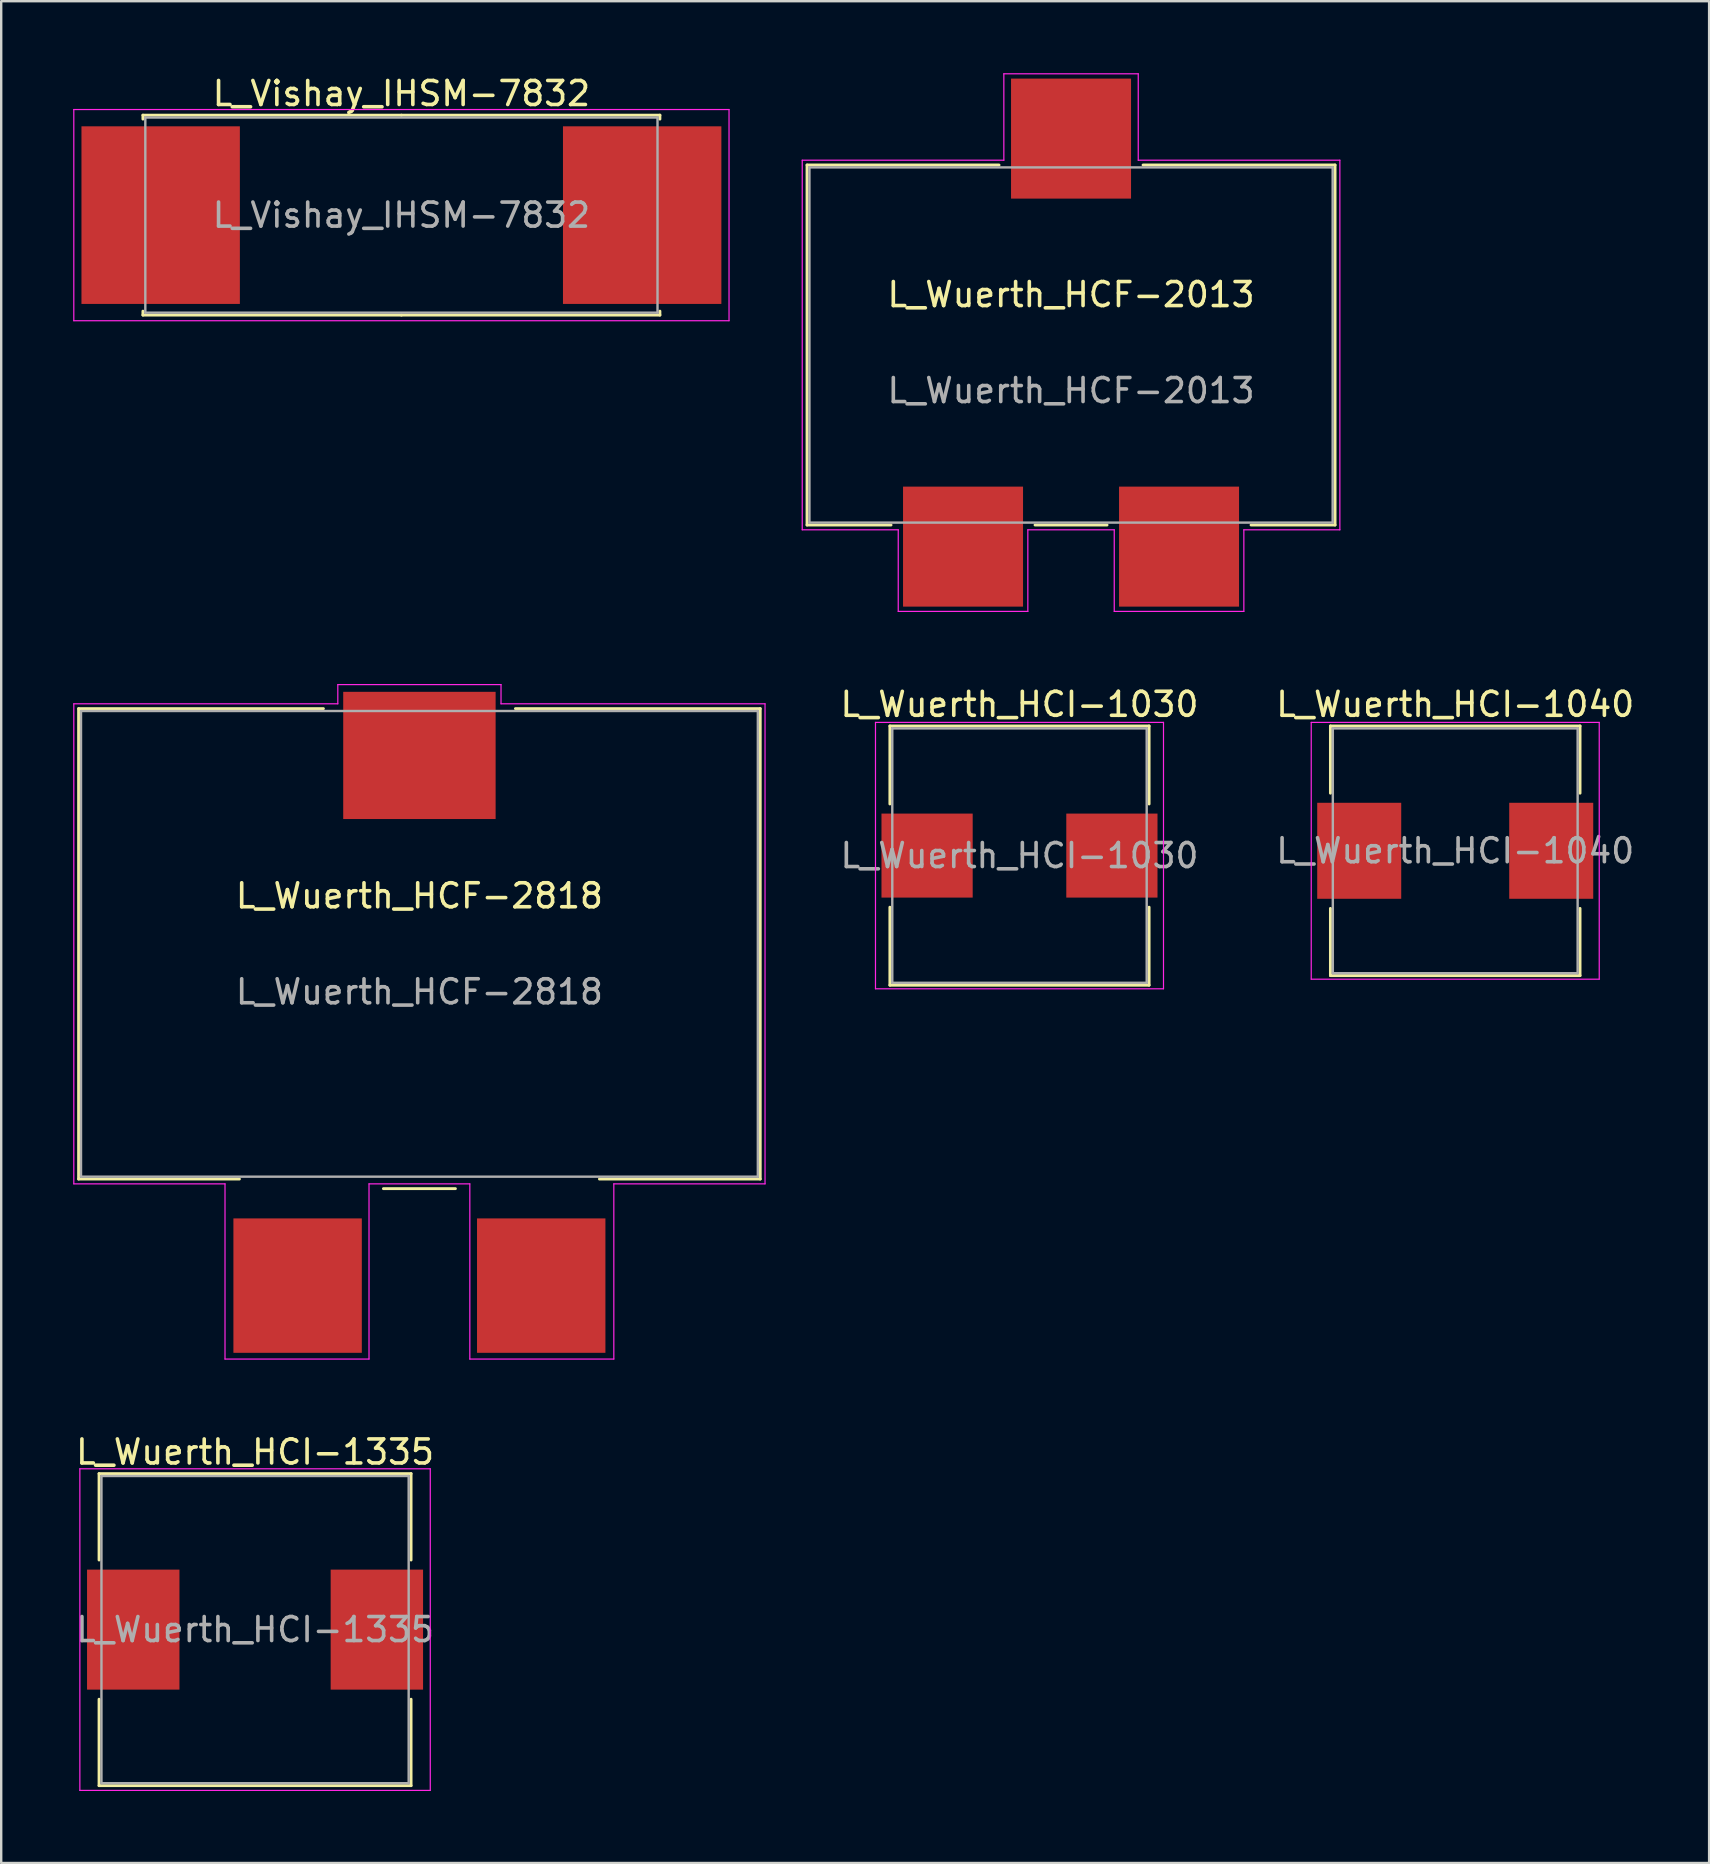
<source format=kicad_pcb>
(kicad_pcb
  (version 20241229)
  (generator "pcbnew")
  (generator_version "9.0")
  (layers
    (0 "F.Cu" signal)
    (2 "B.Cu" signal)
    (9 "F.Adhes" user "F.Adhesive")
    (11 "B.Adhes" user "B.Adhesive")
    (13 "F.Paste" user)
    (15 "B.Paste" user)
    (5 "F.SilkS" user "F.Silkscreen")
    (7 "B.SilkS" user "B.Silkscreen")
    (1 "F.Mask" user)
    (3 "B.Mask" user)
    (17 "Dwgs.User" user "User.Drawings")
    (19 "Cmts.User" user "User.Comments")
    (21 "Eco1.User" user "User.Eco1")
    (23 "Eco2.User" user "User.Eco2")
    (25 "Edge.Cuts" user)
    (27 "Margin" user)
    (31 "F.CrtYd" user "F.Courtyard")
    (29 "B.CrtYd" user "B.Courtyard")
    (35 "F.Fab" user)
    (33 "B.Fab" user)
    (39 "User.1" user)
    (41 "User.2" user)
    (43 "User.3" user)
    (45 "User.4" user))
  (footprint "L_Wuerth_HCF-2013"
    (layer "F.Cu")
    (at 41.575 11.225)
    (property "Reference" "L_Wuerth_HCF-2013" (at 0 -2 0) (layer "F.SilkS") (effects (font (size 1 1) (thickness 0.15))))
    (attr smd)
    (fp_line (start -11 -7.4) (end -3 -7.4) (stroke (width 0.12) (type solid)) (layer "F.SilkS"))
    (fp_line (start -11 7.6) (end -11 -7.4) (stroke (width 0.12) (type solid)) (layer "F.SilkS"))
    (fp_line (start -7.5 7.6) (end -11 7.6) (stroke (width 0.12) (type solid)) (layer "F.SilkS"))
    (fp_line (start 1.5 7.6) (end -1.5 7.6) (stroke (width 0.12) (type solid)) (layer "F.SilkS"))
    (fp_line (start 3 -7.4) (end 11 -7.4) (stroke (width 0.12) (type solid)) (layer "F.SilkS"))
    (fp_line (start 11 -7.4) (end 11 7.6) (stroke (width 0.12) (type solid)) (layer "F.SilkS"))
    (fp_line (start 11 7.6) (end 7.5 7.6) (stroke (width 0.12) (type solid)) (layer "F.SilkS"))
    (fp_line (start -11.2 -7.6) (end -2.8 -7.6) (stroke (width 0.05) (type solid)) (layer "F.CrtYd"))
    (fp_line (start -11.2 7.8) (end -11.2 -7.6) (stroke (width 0.05) (type solid)) (layer "F.CrtYd"))
    (fp_line (start -7.2 7.8) (end -11.2 7.8) (stroke (width 0.05) (type solid)) (layer "F.CrtYd"))
    (fp_line (start -7.2 11.2) (end -7.2 7.8) (stroke (width 0.05) (type solid)) (layer "F.CrtYd"))
    (fp_line (start -2.8 -11.2) (end 2.8 -11.2) (stroke (width 0.05) (type solid)) (layer "F.CrtYd"))
    (fp_line (start -2.8 -7.6) (end -2.8 -11.2) (stroke (width 0.05) (type solid)) (layer "F.CrtYd"))
    (fp_line (start -1.8 7.8) (end -1.8 11.2) (stroke (width 0.05) (type solid)) (layer "F.CrtYd"))
    (fp_line (start -1.8 11.2) (end -7.2 11.2) (stroke (width 0.05) (type solid)) (layer "F.CrtYd"))
    (fp_line (start 1.8 7.8) (end -1.8 7.8) (stroke (width 0.05) (type solid)) (layer "F.CrtYd"))
    (fp_line (start 1.8 11.2) (end 1.8 7.8) (stroke (width 0.05) (type solid)) (layer "F.CrtYd"))
    (fp_line (start 2.8 -11.2) (end 2.8 -7.6) (stroke (width 0.05) (type solid)) (layer "F.CrtYd"))
    (fp_line (start 2.8 -7.6) (end 11.2 -7.6) (stroke (width 0.05) (type solid)) (layer "F.CrtYd"))
    (fp_line (start 7.2 7.8) (end 7.2 11.2) (stroke (width 0.05) (type solid)) (layer "F.CrtYd"))
    (fp_line (start 7.2 11.2) (end 1.8 11.2) (stroke (width 0.05) (type solid)) (layer "F.CrtYd"))
    (fp_line (start 11.2 -7.6) (end 11.2 7.8) (stroke (width 0.05) (type solid)) (layer "F.CrtYd"))
    (fp_line (start 11.2 7.8) (end 7.2 7.8) (stroke (width 0.05) (type solid)) (layer "F.CrtYd"))
    (fp_line (start -10.9 -7.3) (end 10.9 -7.3) (stroke (width 0.1) (type solid)) (layer "F.Fab"))
    (fp_line (start -10.9 7.5) (end -10.9 -7.3) (stroke (width 0.1) (type solid)) (layer "F.Fab"))
    (fp_line (start 10.9 -7.3) (end 10.9 7.5) (stroke (width 0.1) (type solid)) (layer "F.Fab"))
    (fp_line (start 10.9 7.5) (end -10.9 7.5) (stroke (width 0.1) (type solid)) (layer "F.Fab"))
    (fp_text user "${REFERENCE}" (at 0 2 0) (layer "F.Fab") (effects (font (size 1 1) (thickness 0.15))))
    (pad "" smd rect (at 0 -8.5) (size 5 5) (layers "F.Cu" "F.Mask" "F.Paste"))
    (pad "1" smd rect (at -4.5 8.5) (size 5 5) (layers "F.Cu" "F.Mask" "F.Paste"))
    (pad "2" smd rect (at 4.5 8.5) (size 5 5) (layers "F.Cu" "F.Mask" "F.Paste")))
  (footprint "L_Wuerth_HCI-1335"
    (layer "F.Cu")
    (at 7.577 64.848)
    (property "Reference" "L_Wuerth_HCI-1335" (at 0 -7.4 0) (layer "F.SilkS") (effects (font (size 1 1) (thickness 0.15))))
    (attr smd)
    (fp_line (start -6.5 -6.5) (end 6.5 -6.5) (stroke (width 0.12) (type solid)) (layer "F.SilkS"))
    (fp_line (start -6.5 -2.9) (end -6.5 -6.5) (stroke (width 0.12) (type solid)) (layer "F.SilkS"))
    (fp_line (start -6.5 2.9) (end -6.5 6.5) (stroke (width 0.12) (type solid)) (layer "F.SilkS"))
    (fp_line (start -6.5 6.5) (end 6.5 6.5) (stroke (width 0.12) (type solid)) (layer "F.SilkS"))
    (fp_line (start 6.5 -6.5) (end 6.5 -2.9) (stroke (width 0.12) (type solid)) (layer "F.SilkS"))
    (fp_line (start 6.5 6.5) (end 6.5 2.9) (stroke (width 0.12) (type solid)) (layer "F.SilkS"))
    (fp_line (start -7.3 -6.7) (end -7.3 6.7) (stroke (width 0.05) (type solid)) (layer "F.CrtYd"))
    (fp_line (start -7.3 6.7) (end 7.3 6.7) (stroke (width 0.05) (type solid)) (layer "F.CrtYd"))
    (fp_line (start 7.3 -6.7) (end -7.3 -6.7) (stroke (width 0.05) (type solid)) (layer "F.CrtYd"))
    (fp_line (start 7.3 6.7) (end 7.3 -6.7) (stroke (width 0.05) (type solid)) (layer "F.CrtYd"))
    (fp_line (start -6.4 -6.4) (end -6.4 6.4) (stroke (width 0.1) (type solid)) (layer "F.Fab"))
    (fp_line (start -6.4 6.4) (end 6.4 6.4) (stroke (width 0.1) (type solid)) (layer "F.Fab"))
    (fp_line (start 6.4 -6.4) (end -6.4 -6.4) (stroke (width 0.1) (type solid)) (layer "F.Fab"))
    (fp_line (start 6.4 6.4) (end 6.4 -6.4) (stroke (width 0.1) (type solid)) (layer "F.Fab"))
    (fp_text user "${REFERENCE}" (at 0 0 0) (layer "F.Fab") (effects (font (size 1 1) (thickness 0.15))))
    (pad "1" smd rect (at -5.075 0) (size 3.85 5) (layers "F.Cu" "F.Mask" "F.Paste"))
    (pad "2" smd rect (at 5.075 0) (size 3.85 5) (layers "F.Cu" "F.Mask" "F.Paste")))
  (footprint "L_Wuerth_HCF-2818"
    (layer "F.Cu")
    (at 14.425 36.275)
    (property "Reference" "L_Wuerth_HCF-2818" (at 0 -2 0) (layer "F.SilkS") (effects (font (size 1 1) (thickness 0.15))))
    (attr smd)
    (fp_line (start -14.2 -9.8) (end -4 -9.8) (stroke (width 0.12) (type solid)) (layer "F.SilkS"))
    (fp_line (start -14.2 9.8) (end -14.2 -9.8) (stroke (width 0.12) (type solid)) (layer "F.SilkS"))
    (fp_line (start -7.5 9.8) (end -14.2 9.8) (stroke (width 0.12) (type solid)) (layer "F.SilkS"))
    (fp_line (start 1.5 10.2) (end -1.5 10.2) (stroke (width 0.12) (type solid)) (layer "F.SilkS"))
    (fp_line (start 4 -9.8) (end 14.2 -9.8) (stroke (width 0.12) (type solid)) (layer "F.SilkS"))
    (fp_line (start 14.2 -9.8) (end 14.2 9.8) (stroke (width 0.12) (type solid)) (layer "F.SilkS"))
    (fp_line (start 14.2 9.8) (end 7.5 9.8) (stroke (width 0.12) (type solid)) (layer "F.SilkS"))
    (fp_line (start -14.4 -10) (end -3.4 -10) (stroke (width 0.05) (type solid)) (layer "F.CrtYd"))
    (fp_line (start -14.4 10) (end -14.4 -10) (stroke (width 0.05) (type solid)) (layer "F.CrtYd"))
    (fp_line (start -8.1 10) (end -14.4 10) (stroke (width 0.05) (type solid)) (layer "F.CrtYd"))
    (fp_line (start -8.1 17.3) (end -8.1 10) (stroke (width 0.05) (type solid)) (layer "F.CrtYd"))
    (fp_line (start -3.4 -10.8) (end 3.4 -10.8) (stroke (width 0.05) (type solid)) (layer "F.CrtYd"))
    (fp_line (start -3.4 -10) (end -3.4 -10.8) (stroke (width 0.05) (type solid)) (layer "F.CrtYd"))
    (fp_line (start -2.1 10) (end -2.1 17.3) (stroke (width 0.05) (type solid)) (layer "F.CrtYd"))
    (fp_line (start -2.1 17.3) (end -8.1 17.3) (stroke (width 0.05) (type solid)) (layer "F.CrtYd"))
    (fp_line (start 2.1 10) (end -2.1 10) (stroke (width 0.05) (type solid)) (layer "F.CrtYd"))
    (fp_line (start 2.1 17.3) (end 2.1 10) (stroke (width 0.05) (type solid)) (layer "F.CrtYd"))
    (fp_line (start 3.4 -10.8) (end 3.4 -10) (stroke (width 0.05) (type solid)) (layer "F.CrtYd"))
    (fp_line (start 3.4 -10) (end 14.4 -10) (stroke (width 0.05) (type solid)) (layer "F.CrtYd"))
    (fp_line (start 8.1 10) (end 8.1 17.3) (stroke (width 0.05) (type solid)) (layer "F.CrtYd"))
    (fp_line (start 8.1 17.3) (end 2.1 17.3) (stroke (width 0.05) (type solid)) (layer "F.CrtYd"))
    (fp_line (start 14.4 -10) (end 14.4 10) (stroke (width 0.05) (type solid)) (layer "F.CrtYd"))
    (fp_line (start 14.4 10) (end 8.1 10) (stroke (width 0.05) (type solid)) (layer "F.CrtYd"))
    (fp_line (start -14.1 -9.7) (end 14.1 -9.7) (stroke (width 0.1) (type solid)) (layer "F.Fab"))
    (fp_line (start -14.1 9.7) (end -14.1 -9.7) (stroke (width 0.1) (type solid)) (layer "F.Fab"))
    (fp_line (start 14.1 -9.7) (end 14.1 9.7) (stroke (width 0.1) (type solid)) (layer "F.Fab"))
    (fp_line (start 14.1 9.7) (end -14.1 9.7) (stroke (width 0.1) (type solid)) (layer "F.Fab"))
    (fp_text user "${REFERENCE}" (at 0 2 0) (layer "F.Fab") (effects (font (size 1 1) (thickness 0.15))))
    (pad "" smd rect (at 0 -7.85) (size 6.35 5.3) (layers "F.Cu" "F.Mask" "F.Paste"))
    (pad "1" smd rect (at -5.075 14.24) (size 5.35 5.6) (layers "F.Cu" "F.Mask" "F.Paste"))
    (pad "2" smd rect (at 5.075 14.24) (size 5.35 5.6) (layers "F.Cu" "F.Mask" "F.Paste")))
  (footprint "L_Vishay_IHSM-7832"
    (layer "F.Cu")
    (at 13.675 5.913)
    (property "Reference" "L_Vishay_IHSM-7832" (at 0 -5.065 0) (layer "F.SilkS") (effects (font (size 1 1) (thickness 0.15))))
    (attr smd)
    (fp_line (start -10.77 -4.165) (end 0 -4.165) (stroke (width 0.12) (type solid)) (layer "F.SilkS"))
    (fp_line (start -10.77 -4) (end -10.77 -4.165) (stroke (width 0.12) (type solid)) (layer "F.SilkS"))
    (fp_line (start -10.77 4) (end -10.77 4.165) (stroke (width 0.12) (type solid)) (layer "F.SilkS"))
    (fp_line (start -10.77 4.165) (end 0 4.165) (stroke (width 0.12) (type solid)) (layer "F.SilkS"))
    (fp_line (start 10.77 -4.165) (end 0 -4.165) (stroke (width 0.12) (type solid)) (layer "F.SilkS"))
    (fp_line (start 10.77 -4) (end 10.77 -4.165) (stroke (width 0.12) (type solid)) (layer "F.SilkS"))
    (fp_line (start 10.77 4) (end 10.77 4.165) (stroke (width 0.12) (type solid)) (layer "F.SilkS"))
    (fp_line (start 10.77 4.165) (end 0 4.165) (stroke (width 0.12) (type solid)) (layer "F.SilkS"))
    (fp_line (start -13.65 -4.4) (end -13.65 4.4) (stroke (width 0.05) (type solid)) (layer "F.CrtYd"))
    (fp_line (start -13.65 4.4) (end 13.65 4.4) (stroke (width 0.05) (type solid)) (layer "F.CrtYd"))
    (fp_line (start 13.65 -4.4) (end -13.65 -4.4) (stroke (width 0.05) (type solid)) (layer "F.CrtYd"))
    (fp_line (start 13.65 4.4) (end 13.65 -4.4) (stroke (width 0.05) (type solid)) (layer "F.CrtYd"))
    (fp_line (start -10.67 -4.065) (end -10.67 4.065) (stroke (width 0.1) (type solid)) (layer "F.Fab"))
    (fp_line (start -10.67 4.065) (end 10.67 4.065) (stroke (width 0.1) (type solid)) (layer "F.Fab"))
    (fp_line (start 10.67 -4.065) (end -10.67 -4.065) (stroke (width 0.1) (type solid)) (layer "F.Fab"))
    (fp_line (start 10.67 4.065) (end 10.67 -4.065) (stroke (width 0.1) (type solid)) (layer "F.Fab"))
    (fp_text user "${REFERENCE}" (at 0 0 0) (layer "F.Fab") (effects (font (size 1 1) (thickness 0.15))))
    (pad "1" smd rect (at -10.031 0) (size 6.6 7.4) (layers "F.Cu" "F.Mask" "F.Paste"))
    (pad "2" smd rect (at 10.031 0) (size 6.6 7.4) (layers "F.Cu" "F.Mask" "F.Paste")))
  (footprint "L_Wuerth_HCI-1030"
    (layer "F.Cu")
    (at 39.427 32.598)
    (property "Reference" "L_Wuerth_HCI-1030" (at 0 -6.3 0) (layer "F.SilkS") (effects (font (size 1 1) (thickness 0.15))))
    (attr smd)
    (fp_line (start -5.4 -5.4) (end 5.4 -5.4) (stroke (width 0.12) (type solid)) (layer "F.SilkS"))
    (fp_line (start -5.4 -2.15) (end -5.4 -5.4) (stroke (width 0.12) (type solid)) (layer "F.SilkS"))
    (fp_line (start -5.4 2.15) (end -5.4 5.4) (stroke (width 0.12) (type solid)) (layer "F.SilkS"))
    (fp_line (start -5.4 5.4) (end 5.4 5.4) (stroke (width 0.12) (type solid)) (layer "F.SilkS"))
    (fp_line (start 5.4 -5.4) (end 5.4 -2.15) (stroke (width 0.12) (type solid)) (layer "F.SilkS"))
    (fp_line (start 5.4 5.4) (end 5.4 2.15) (stroke (width 0.12) (type solid)) (layer "F.SilkS"))
    (fp_line (start -6 -5.55) (end -6 5.55) (stroke (width 0.05) (type solid)) (layer "F.CrtYd"))
    (fp_line (start -6 5.55) (end 6 5.55) (stroke (width 0.05) (type solid)) (layer "F.CrtYd"))
    (fp_line (start 6 -5.55) (end -6 -5.55) (stroke (width 0.05) (type solid)) (layer "F.CrtYd"))
    (fp_line (start 6 5.55) (end 6 -5.55) (stroke (width 0.05) (type solid)) (layer "F.CrtYd"))
    (fp_line (start -5.3 -5.3) (end -5.3 5.3) (stroke (width 0.1) (type solid)) (layer "F.Fab"))
    (fp_line (start -5.3 5.3) (end 5.3 5.3) (stroke (width 0.1) (type solid)) (layer "F.Fab"))
    (fp_line (start 5.3 -5.3) (end -5.3 -5.3) (stroke (width 0.1) (type solid)) (layer "F.Fab"))
    (fp_line (start 5.3 5.3) (end 5.3 -5.3) (stroke (width 0.1) (type solid)) (layer "F.Fab"))
    (fp_text user "${REFERENCE}" (at 0 0 0) (layer "F.Fab") (effects (font (size 1 1) (thickness 0.15))))
    (pad "1" smd rect (at -3.85 0) (size 3.8 3.5) (layers "F.Cu" "F.Mask" "F.Paste"))
    (pad "2" smd rect (at 3.85 0) (size 3.8 3.5) (layers "F.Cu" "F.Mask" "F.Paste")))
  (footprint "L_Wuerth_HCI-1040"
    (layer "F.Cu")
    (at 57.582 32.398)
    (property "Reference" "L_Wuerth_HCI-1040" (at 0 -6.1 0) (layer "F.SilkS") (effects (font (size 1 1) (thickness 0.15))))
    (attr smd)
    (fp_line (start -5.2 -5.2) (end 5.2 -5.2) (stroke (width 0.12) (type solid)) (layer "F.SilkS"))
    (fp_line (start -5.2 -2.4) (end -5.2 -5.2) (stroke (width 0.12) (type solid)) (layer "F.SilkS"))
    (fp_line (start -5.2 2.4) (end -5.2 5.2) (stroke (width 0.12) (type solid)) (layer "F.SilkS"))
    (fp_line (start -5.2 5.2) (end 5.2 5.2) (stroke (width 0.12) (type solid)) (layer "F.SilkS"))
    (fp_line (start 5.2 -5.2) (end 5.2 -2.4) (stroke (width 0.12) (type solid)) (layer "F.SilkS"))
    (fp_line (start 5.2 5.2) (end 5.2 2.4) (stroke (width 0.12) (type solid)) (layer "F.SilkS"))
    (fp_line (start -6 -5.35) (end -6 5.35) (stroke (width 0.05) (type solid)) (layer "F.CrtYd"))
    (fp_line (start -6 5.35) (end 6 5.35) (stroke (width 0.05) (type solid)) (layer "F.CrtYd"))
    (fp_line (start 6 -5.35) (end -6 -5.35) (stroke (width 0.05) (type solid)) (layer "F.CrtYd"))
    (fp_line (start 6 5.35) (end 6 -5.35) (stroke (width 0.05) (type solid)) (layer "F.CrtYd"))
    (fp_line (start -5.1 -5.1) (end -5.1 5.1) (stroke (width 0.1) (type solid)) (layer "F.Fab"))
    (fp_line (start -5.1 5.1) (end 5.1 5.1) (stroke (width 0.1) (type solid)) (layer "F.Fab"))
    (fp_line (start 5.1 -5.1) (end -5.1 -5.1) (stroke (width 0.1) (type solid)) (layer "F.Fab"))
    (fp_line (start 5.1 5.1) (end 5.1 -5.1) (stroke (width 0.1) (type solid)) (layer "F.Fab"))
    (fp_text user "${REFERENCE}" (at 0 0 0) (layer "F.Fab") (effects (font (size 1 1) (thickness 0.15))))
    (pad "1" smd rect (at -4 0) (size 3.5 4) (layers "F.Cu" "F.Mask" "F.Paste"))
    (pad "2" smd rect (at 4 0) (size 3.5 4) (layers "F.Cu" "F.Mask" "F.Paste")))
  (gr_rect
    (start -3 -3)
    (end 68.16 74.573)
    (stroke (width 0.1) (type default))
    (fill no)
    (layer "Edge.Cuts")))
</source>
